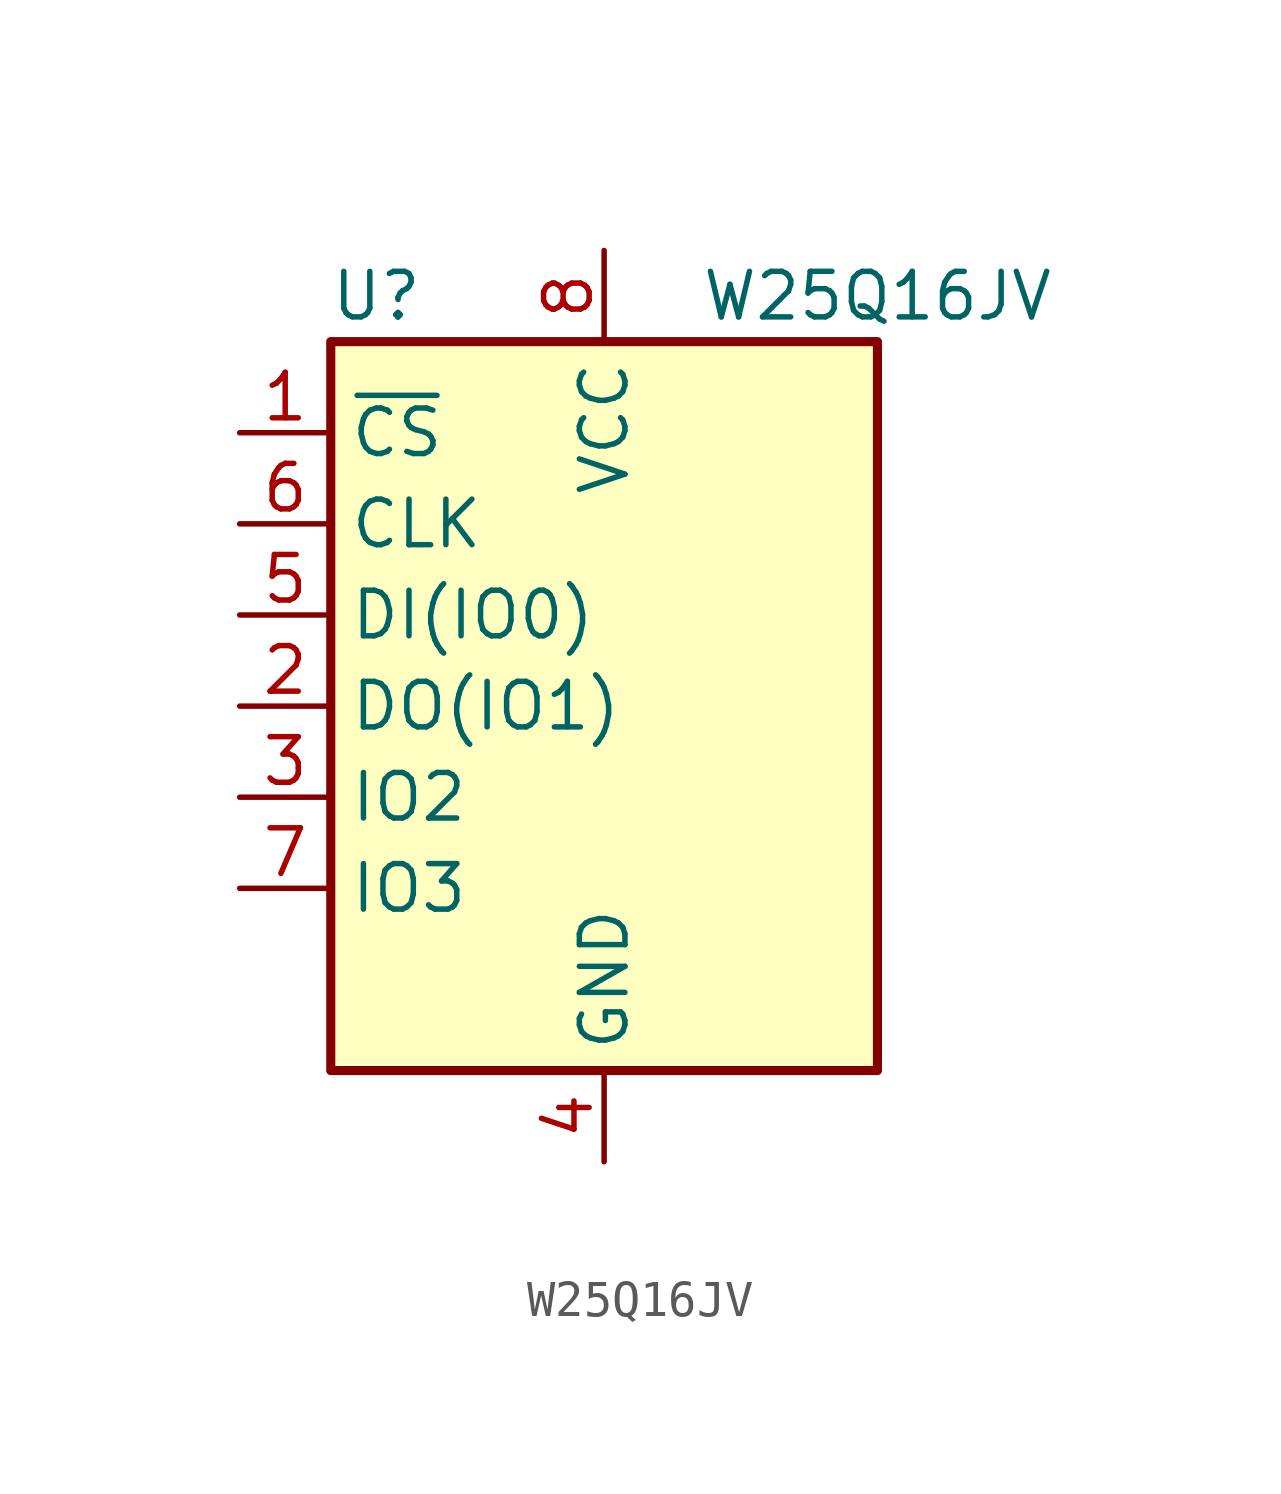
<source format=kicad_sym>
(kicad_symbol_lib
  (version 20231120)
  (generator "kicad_symbol_editor")
  (generator_version "8.0")
  (symbol "W25Q16JV"
    (property "Reference" "U"
      (at -6.35 11.43 0)
      (effects (font (size 1.27 1.27))))
    (property "Value" "W25Q16JV"
      (at 7.62 11.43 0)
      (effects (font (size 1.27 1.27))))
    (symbol "W25Q16JV_0_1"
      (rectangle (start -7.62 10.16) (end 7.62 -10.16) (stroke (width 0.254) (type default)) (fill (type background))))
    (symbol "W25Q16JV_1_1"
      (pin input line (at -10.16 7.62 0) (length 2.54) (name "~{CS}" (effects (font (size 1.27 1.27)))) (number "1" (effects (font (size 1.27 1.27)))))
      (pin bidirectional line (at -10.16 0 0) (length 2.54) (name "DO(IO1)" (effects (font (size 1.27 1.27)))) (number "2" (effects (font (size 1.27 1.27)))))
      (pin bidirectional line (at -10.16 -2.54 0) (length 2.54) (name "IO2" (effects (font (size 1.27 1.27)))) (number "3" (effects (font (size 1.27 1.27)))))
      (pin power_in line (at 0 -12.7 90) (length 2.54) (name "GND" (effects (font (size 1.27 1.27)))) (number "4" (effects (font (size 1.27 1.27)))))
      (pin bidirectional line (at -10.16 2.54 0) (length 2.54) (name "DI(IO0)" (effects (font (size 1.27 1.27)))) (number "5" (effects (font (size 1.27 1.27)))))
      (pin input line (at -10.16 5.08 0) (length 2.54) (name "CLK" (effects (font (size 1.27 1.27)))) (number "6" (effects (font (size 1.27 1.27)))))
      (pin bidirectional line (at -10.16 -5.08 0) (length 2.54) (name "IO3" (effects (font (size 1.27 1.27)))) (number "7" (effects (font (size 1.27 1.27)))))
      (pin power_in line (at 0 12.7 270) (length 2.54) (name "VCC" (effects (font (size 1.27 1.27)))) (number "8" (effects (font (size 1.27 1.27))))))))
</source>
